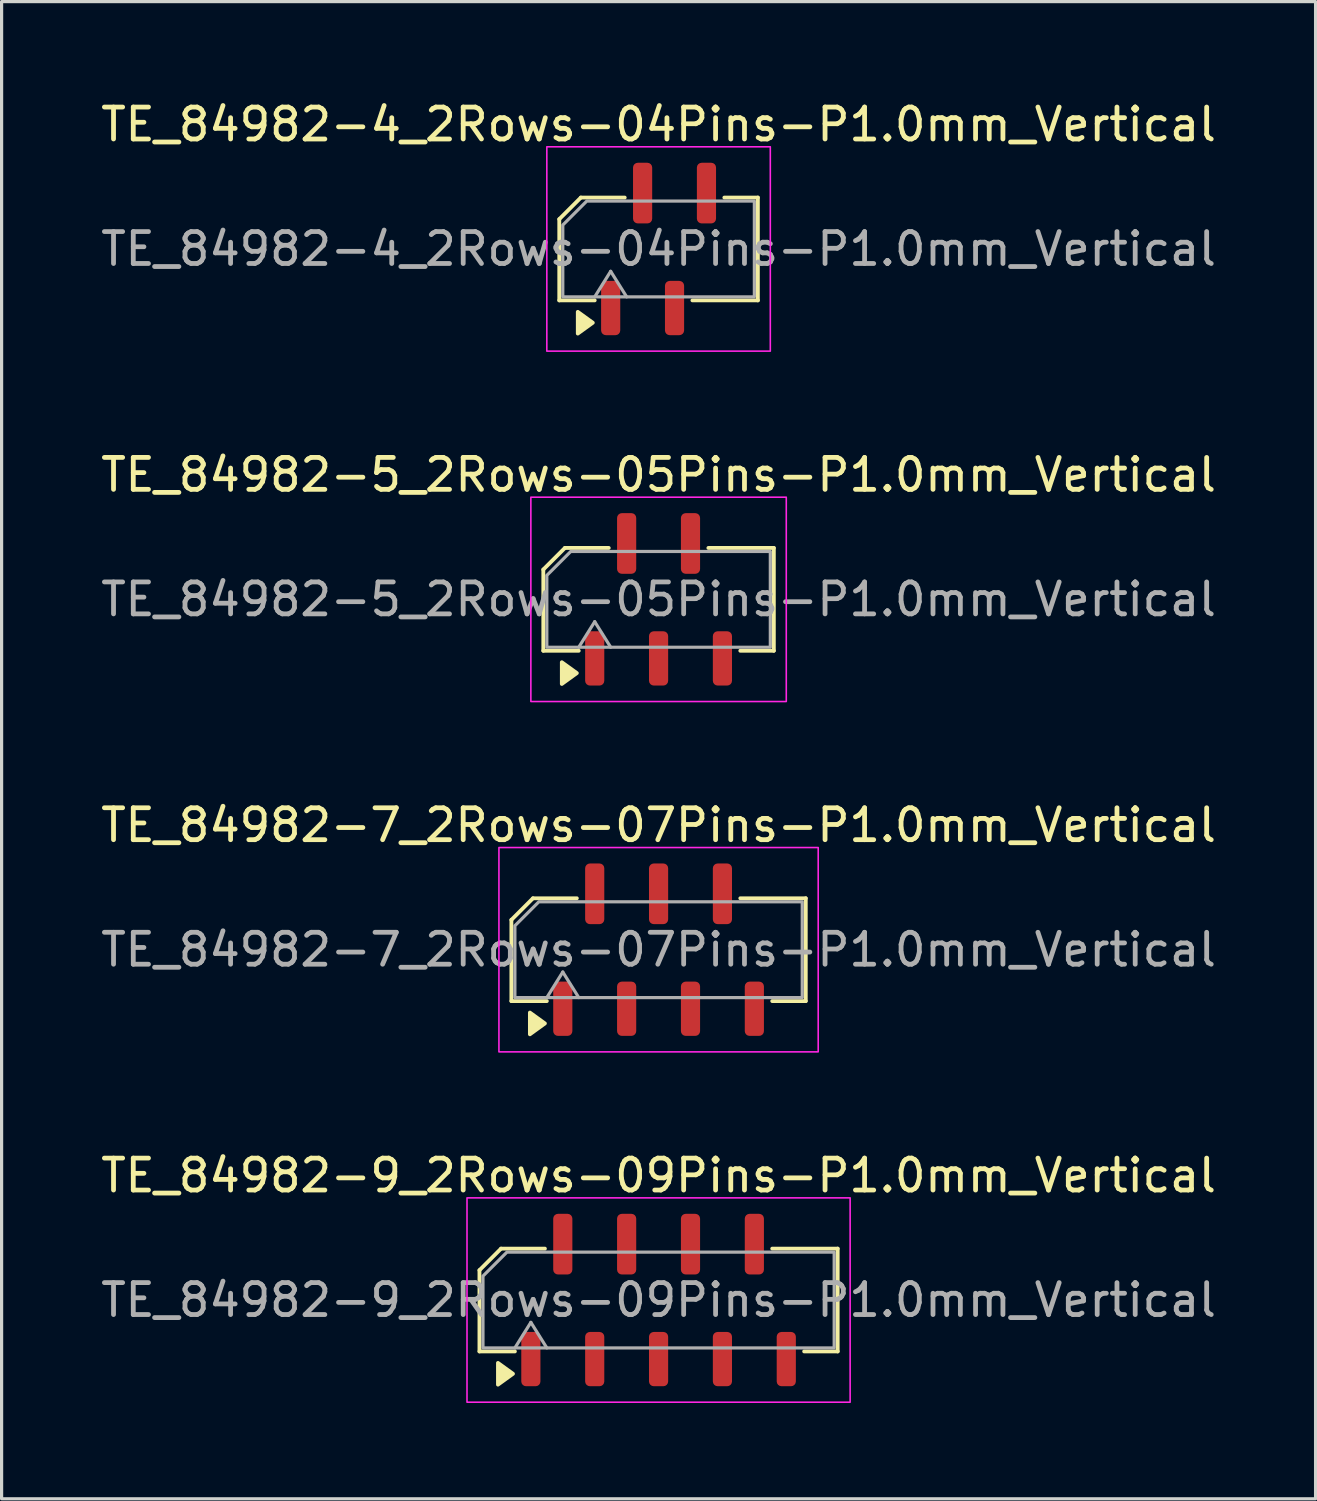
<source format=kicad_pcb>
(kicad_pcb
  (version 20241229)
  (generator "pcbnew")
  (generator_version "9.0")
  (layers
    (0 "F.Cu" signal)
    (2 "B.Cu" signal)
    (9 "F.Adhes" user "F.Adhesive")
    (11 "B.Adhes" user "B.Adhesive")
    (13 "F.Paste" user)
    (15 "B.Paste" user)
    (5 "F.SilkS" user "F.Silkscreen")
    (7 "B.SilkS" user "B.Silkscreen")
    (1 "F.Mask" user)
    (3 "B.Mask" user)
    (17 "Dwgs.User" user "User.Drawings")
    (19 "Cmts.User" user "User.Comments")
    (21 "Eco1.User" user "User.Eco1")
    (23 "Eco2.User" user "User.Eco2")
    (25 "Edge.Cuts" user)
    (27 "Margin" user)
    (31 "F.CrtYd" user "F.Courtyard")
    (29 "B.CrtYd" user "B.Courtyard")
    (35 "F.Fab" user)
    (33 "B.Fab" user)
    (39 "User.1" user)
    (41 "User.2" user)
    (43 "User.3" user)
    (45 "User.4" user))
  (footprint "TE_84982-7_2Rows-07Pins-P1.0mm_Vertical"
    (layer "F.Cu")
    (at 17.577 26.695)
    (property "Reference" "TE_84982-7_2Rows-07Pins-P1.0mm_Vertical" (at 0 -3.9 0) (layer "F.SilkS") (effects (font (size 1 1) (thickness 0.15))))
    (attr smd)
    (fp_line (start -4.61 -0.934) (end -4.61 1.61) (stroke (width 0.12) (type solid)) (layer "F.SilkS"))
    (fp_line (start -4.61 1.61) (end -3.5 1.61) (stroke (width 0.12) (type solid)) (layer "F.SilkS"))
    (fp_line (start -3.934 -1.61) (end -4.61 -0.934) (stroke (width 0.12) (type solid)) (layer "F.SilkS"))
    (fp_line (start -2.56 -1.61) (end -3.934 -1.61) (stroke (width 0.12) (type solid)) (layer "F.SilkS"))
    (fp_line (start 3.56 1.61) (end 4.61 1.61) (stroke (width 0.12) (type solid)) (layer "F.SilkS"))
    (fp_line (start 4.61 -1.61) (end 2.56 -1.61) (stroke (width 0.12) (type solid)) (layer "F.SilkS"))
    (fp_line (start 4.61 1.61) (end 4.61 -1.61) (stroke (width 0.12) (type solid)) (layer "F.SilkS"))
    (fp_poly (pts (xy -3.56 2.31) (xy -4.03 2.65) (xy -4.03 1.97)) (stroke (width 0.12) (type solid)) (fill yes) (layer "F.SilkS"))
    (fp_rect (start -5 3.2) (end 5 -3.2) (stroke (width 0.05) (type solid)) (fill no) (layer "F.CrtYd"))
    (fp_line (start -3.5 1.5) (end -3 0.7) (stroke (width 0.1) (type solid)) (layer "F.Fab"))
    (fp_line (start -3 0.7) (end -2.5 1.5) (stroke (width 0.1) (type solid)) (layer "F.Fab"))
    (fp_poly (pts (xy -4.5 -0.75) (xy -4.5 1.5) (xy 4.5 1.5) (xy 4.5 -1.5) (xy -3.75 -1.5)) (stroke (width 0.1) (type solid)) (fill no) (layer "F.Fab"))
    (fp_text user "${REFERENCE}" (at 0 0 0) (layer "F.Fab") (effects (font (size 1 1) (thickness 0.15))))
    (pad "1" smd roundrect (at -3 1.85) (size 0.6 1.7) (layers "F.Cu" "F.Mask" "F.Paste") (roundrect_rratio 0.25))
    (pad "2" smd roundrect (at -2 -1.75) (size 0.6 1.9) (layers "F.Cu" "F.Mask" "F.Paste") (roundrect_rratio 0.25))
    (pad "3" smd roundrect (at -1 1.85) (size 0.6 1.7) (layers "F.Cu" "F.Mask" "F.Paste") (roundrect_rratio 0.25))
    (pad "4" smd roundrect (at 0 -1.75) (size 0.6 1.9) (layers "F.Cu" "F.Mask" "F.Paste") (roundrect_rratio 0.25))
    (pad "5" smd roundrect (at 1 1.85) (size 0.6 1.7) (layers "F.Cu" "F.Mask" "F.Paste") (roundrect_rratio 0.25))
    (pad "6" smd roundrect (at 2 -1.75) (size 0.6 1.9) (layers "F.Cu" "F.Mask" "F.Paste") (roundrect_rratio 0.25))
    (pad "7" smd roundrect (at 3 1.85) (size 0.6 1.7) (layers "F.Cu" "F.Mask" "F.Paste") (roundrect_rratio 0.25)))
  (footprint "TE_84982-4_2Rows-04Pins-P1.0mm_Vertical"
    (layer "F.Cu")
    (at 17.577 4.748)
    (property "Reference" "TE_84982-4_2Rows-04Pins-P1.0mm_Vertical" (at 0 -3.9 0) (layer "F.SilkS") (effects (font (size 1 1) (thickness 0.15))))
    (attr smd)
    (fp_line (start -3.11 -0.934) (end -3.11 1.61) (stroke (width 0.12) (type solid)) (layer "F.SilkS"))
    (fp_line (start -3.11 1.61) (end -2 1.61) (stroke (width 0.12) (type solid)) (layer "F.SilkS"))
    (fp_line (start -2.434 -1.61) (end -3.11 -0.934) (stroke (width 0.12) (type solid)) (layer "F.SilkS"))
    (fp_line (start -1.06 -1.61) (end -2.434 -1.61) (stroke (width 0.12) (type solid)) (layer "F.SilkS"))
    (fp_line (start 1.06 1.61) (end 3.11 1.61) (stroke (width 0.12) (type solid)) (layer "F.SilkS"))
    (fp_line (start 3.11 -1.61) (end 2.06 -1.61) (stroke (width 0.12) (type solid)) (layer "F.SilkS"))
    (fp_line (start 3.11 1.61) (end 3.11 -1.61) (stroke (width 0.12) (type solid)) (layer "F.SilkS"))
    (fp_poly (pts (xy -2.06 2.31) (xy -2.53 2.65) (xy -2.53 1.97)) (stroke (width 0.12) (type solid)) (fill yes) (layer "F.SilkS"))
    (fp_rect (start -3.5 3.2) (end 3.5 -3.2) (stroke (width 0.05) (type solid)) (fill no) (layer "F.CrtYd"))
    (fp_line (start -2 1.5) (end -1.5 0.7) (stroke (width 0.1) (type solid)) (layer "F.Fab"))
    (fp_line (start -1.5 0.7) (end -1 1.5) (stroke (width 0.1) (type solid)) (layer "F.Fab"))
    (fp_poly (pts (xy -3 -0.75) (xy -3 1.5) (xy 3 1.5) (xy 3 -1.5) (xy -2.25 -1.5)) (stroke (width 0.1) (type solid)) (fill no) (layer "F.Fab"))
    (fp_text user "${REFERENCE}" (at 0 0 0) (layer "F.Fab") (effects (font (size 1 1) (thickness 0.15))))
    (pad "1" smd roundrect (at -1.5 1.85) (size 0.6 1.7) (layers "F.Cu" "F.Mask" "F.Paste") (roundrect_rratio 0.25))
    (pad "2" smd roundrect (at -0.5 -1.75) (size 0.6 1.9) (layers "F.Cu" "F.Mask" "F.Paste") (roundrect_rratio 0.25))
    (pad "3" smd roundrect (at 0.5 1.85) (size 0.6 1.7) (layers "F.Cu" "F.Mask" "F.Paste") (roundrect_rratio 0.25))
    (pad "4" smd roundrect (at 1.5 -1.75) (size 0.6 1.9) (layers "F.Cu" "F.Mask" "F.Paste") (roundrect_rratio 0.25)))
  (footprint "TE_84982-5_2Rows-05Pins-P1.0mm_Vertical"
    (layer "F.Cu")
    (at 17.577 15.722)
    (property "Reference" "TE_84982-5_2Rows-05Pins-P1.0mm_Vertical" (at 0 -3.9 0) (layer "F.SilkS") (effects (font (size 1 1) (thickness 0.15))))
    (attr smd)
    (fp_line (start -3.61 -0.934) (end -3.61 1.61) (stroke (width 0.12) (type solid)) (layer "F.SilkS"))
    (fp_line (start -3.61 1.61) (end -2.5 1.61) (stroke (width 0.12) (type solid)) (layer "F.SilkS"))
    (fp_line (start -2.934 -1.61) (end -3.61 -0.934) (stroke (width 0.12) (type solid)) (layer "F.SilkS"))
    (fp_line (start -1.56 -1.61) (end -2.934 -1.61) (stroke (width 0.12) (type solid)) (layer "F.SilkS"))
    (fp_line (start 2.56 1.61) (end 3.61 1.61) (stroke (width 0.12) (type solid)) (layer "F.SilkS"))
    (fp_line (start 3.61 -1.61) (end 1.56 -1.61) (stroke (width 0.12) (type solid)) (layer "F.SilkS"))
    (fp_line (start 3.61 1.61) (end 3.61 -1.61) (stroke (width 0.12) (type solid)) (layer "F.SilkS"))
    (fp_poly (pts (xy -2.56 2.31) (xy -3.03 2.65) (xy -3.03 1.97)) (stroke (width 0.12) (type solid)) (fill yes) (layer "F.SilkS"))
    (fp_rect (start -4 3.2) (end 4 -3.2) (stroke (width 0.05) (type solid)) (fill no) (layer "F.CrtYd"))
    (fp_line (start -2.5 1.5) (end -2 0.7) (stroke (width 0.1) (type solid)) (layer "F.Fab"))
    (fp_line (start -2 0.7) (end -1.5 1.5) (stroke (width 0.1) (type solid)) (layer "F.Fab"))
    (fp_poly (pts (xy -3.5 -0.75) (xy -3.5 1.5) (xy 3.5 1.5) (xy 3.5 -1.5) (xy -2.75 -1.5)) (stroke (width 0.1) (type solid)) (fill no) (layer "F.Fab"))
    (fp_text user "${REFERENCE}" (at 0 0 0) (layer "F.Fab") (effects (font (size 1 1) (thickness 0.15))))
    (pad "1" smd roundrect (at -2 1.85) (size 0.6 1.7) (layers "F.Cu" "F.Mask" "F.Paste") (roundrect_rratio 0.25))
    (pad "2" smd roundrect (at -1 -1.75) (size 0.6 1.9) (layers "F.Cu" "F.Mask" "F.Paste") (roundrect_rratio 0.25))
    (pad "3" smd roundrect (at 0 1.85) (size 0.6 1.7) (layers "F.Cu" "F.Mask" "F.Paste") (roundrect_rratio 0.25))
    (pad "4" smd roundrect (at 1 -1.75) (size 0.6 1.9) (layers "F.Cu" "F.Mask" "F.Paste") (roundrect_rratio 0.25))
    (pad "5" smd roundrect (at 2 1.85) (size 0.6 1.7) (layers "F.Cu" "F.Mask" "F.Paste") (roundrect_rratio 0.25)))
  (footprint "TE_84982-9_2Rows-09Pins-P1.0mm_Vertical"
    (layer "F.Cu")
    (at 17.577 37.668)
    (property "Reference" "TE_84982-9_2Rows-09Pins-P1.0mm_Vertical" (at 0 -3.9 0) (layer "F.SilkS") (effects (font (size 1 1) (thickness 0.15))))
    (attr smd)
    (fp_line (start -5.61 -0.934) (end -5.61 1.61) (stroke (width 0.12) (type solid)) (layer "F.SilkS"))
    (fp_line (start -5.61 1.61) (end -4.5 1.61) (stroke (width 0.12) (type solid)) (layer "F.SilkS"))
    (fp_line (start -4.934 -1.61) (end -5.61 -0.934) (stroke (width 0.12) (type solid)) (layer "F.SilkS"))
    (fp_line (start -3.56 -1.61) (end -4.934 -1.61) (stroke (width 0.12) (type solid)) (layer "F.SilkS"))
    (fp_line (start 4.56 1.61) (end 5.61 1.61) (stroke (width 0.12) (type solid)) (layer "F.SilkS"))
    (fp_line (start 5.61 -1.61) (end 3.56 -1.61) (stroke (width 0.12) (type solid)) (layer "F.SilkS"))
    (fp_line (start 5.61 1.61) (end 5.61 -1.61) (stroke (width 0.12) (type solid)) (layer "F.SilkS"))
    (fp_poly (pts (xy -4.56 2.31) (xy -5.03 2.65) (xy -5.03 1.97)) (stroke (width 0.12) (type solid)) (fill yes) (layer "F.SilkS"))
    (fp_rect (start -6 3.2) (end 6 -3.2) (stroke (width 0.05) (type solid)) (fill no) (layer "F.CrtYd"))
    (fp_line (start -4.5 1.5) (end -4 0.7) (stroke (width 0.1) (type solid)) (layer "F.Fab"))
    (fp_line (start -4 0.7) (end -3.5 1.5) (stroke (width 0.1) (type solid)) (layer "F.Fab"))
    (fp_poly (pts (xy -5.5 -0.75) (xy -5.5 1.5) (xy 5.5 1.5) (xy 5.5 -1.5) (xy -4.75 -1.5)) (stroke (width 0.1) (type solid)) (fill no) (layer "F.Fab"))
    (fp_text user "${REFERENCE}" (at 0 0 0) (layer "F.Fab") (effects (font (size 1 1) (thickness 0.15))))
    (pad "1" smd roundrect (at -4 1.85) (size 0.6 1.7) (layers "F.Cu" "F.Mask" "F.Paste") (roundrect_rratio 0.25))
    (pad "2" smd roundrect (at -3 -1.75) (size 0.6 1.9) (layers "F.Cu" "F.Mask" "F.Paste") (roundrect_rratio 0.25))
    (pad "3" smd roundrect (at -2 1.85) (size 0.6 1.7) (layers "F.Cu" "F.Mask" "F.Paste") (roundrect_rratio 0.25))
    (pad "4" smd roundrect (at -1 -1.75) (size 0.6 1.9) (layers "F.Cu" "F.Mask" "F.Paste") (roundrect_rratio 0.25))
    (pad "5" smd roundrect (at 0 1.85) (size 0.6 1.7) (layers "F.Cu" "F.Mask" "F.Paste") (roundrect_rratio 0.25))
    (pad "6" smd roundrect (at 1 -1.75) (size 0.6 1.9) (layers "F.Cu" "F.Mask" "F.Paste") (roundrect_rratio 0.25))
    (pad "7" smd roundrect (at 2 1.85) (size 0.6 1.7) (layers "F.Cu" "F.Mask" "F.Paste") (roundrect_rratio 0.25))
    (pad "8" smd roundrect (at 3 -1.75) (size 0.6 1.9) (layers "F.Cu" "F.Mask" "F.Paste") (roundrect_rratio 0.25))
    (pad "9" smd roundrect (at 4 1.85) (size 0.6 1.7) (layers "F.Cu" "F.Mask" "F.Paste") (roundrect_rratio 0.25)))
  (gr_rect
    (start -3 -3)
    (end 38.155 43.893)
    (stroke (width 0.1) (type default))
    (fill no)
    (layer "Edge.Cuts")))
</source>
